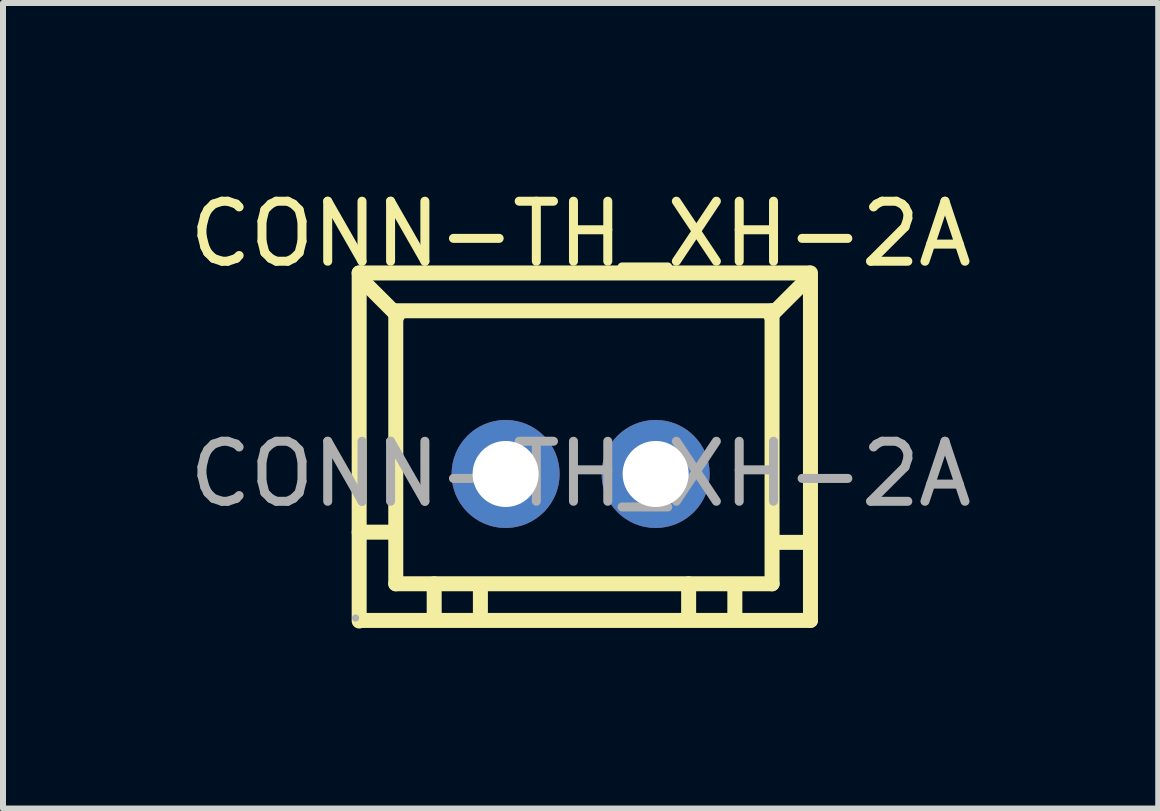
<source format=kicad_pcb>
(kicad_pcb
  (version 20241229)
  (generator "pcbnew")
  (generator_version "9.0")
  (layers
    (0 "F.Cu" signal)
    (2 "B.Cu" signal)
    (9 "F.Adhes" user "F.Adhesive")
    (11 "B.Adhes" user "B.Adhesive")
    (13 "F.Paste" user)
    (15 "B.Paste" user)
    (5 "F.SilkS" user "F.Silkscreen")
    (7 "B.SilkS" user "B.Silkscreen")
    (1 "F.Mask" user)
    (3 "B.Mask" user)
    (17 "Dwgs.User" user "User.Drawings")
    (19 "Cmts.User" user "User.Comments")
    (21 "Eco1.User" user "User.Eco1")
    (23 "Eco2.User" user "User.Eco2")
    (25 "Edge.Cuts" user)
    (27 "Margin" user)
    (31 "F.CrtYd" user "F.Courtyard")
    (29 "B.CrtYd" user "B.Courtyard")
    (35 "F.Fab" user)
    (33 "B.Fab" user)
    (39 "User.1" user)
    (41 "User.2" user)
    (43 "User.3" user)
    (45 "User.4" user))
  (footprint "CONN-TH_XH-2A"
    (layer "F.Cu")
    (at 6.625 4.848)
    (property "Reference" "CONN-TH_XH-2A" (at 0 -4 0) (layer "F.SilkS") (effects (font (size 1 1) (thickness 0.15))))
    (attr through_hole)
    (fp_line (start -3.69 -3.35) (end -3.69 2.45) (stroke (width 0.25) (type solid)) (layer "F.SilkS"))
    (fp_line (start -3.69 -3.35) (end 3.81 -3.35) (stroke (width 0.25) (type solid)) (layer "F.SilkS"))
    (fp_line (start -3.69 0.97) (end -3.1 0.97) (stroke (width 0.25) (type solid)) (layer "F.SilkS"))
    (fp_line (start -3.67 2.44) (end 3.83 2.44) (stroke (width 0.25) (type solid)) (layer "F.SilkS"))
    (fp_line (start -3.66 -3.33) (end -3.66 -3.25) (stroke (width 0.25) (type solid)) (layer "F.SilkS"))
    (fp_line (start -3.66 -3.25) (end -3.05 -2.64) (stroke (width 0.25) (type solid)) (layer "F.SilkS"))
    (fp_line (start -3.08 -2.72) (end 3.19 -2.72) (stroke (width 0.25) (type solid)) (layer "F.SilkS"))
    (fp_line (start -3.08 -2.69) (end -3.05 -2.69) (stroke (width 0.25) (type solid)) (layer "F.SilkS"))
    (fp_line (start -3.08 1.83) (end -3.08 -2.69) (stroke (width 0.25) (type solid)) (layer "F.SilkS"))
    (fp_line (start -2.44 2.41) (end -2.44 1.83) (stroke (width 0.25) (type solid)) (layer "F.SilkS"))
    (fp_line (start -1.67 2.43) (end -1.67 1.84) (stroke (width 0.25) (type solid)) (layer "F.SilkS"))
    (fp_line (start 1.8 2.41) (end 1.8 1.83) (stroke (width 0.25) (type solid)) (layer "F.SilkS"))
    (fp_line (start 2.57 2.43) (end 2.57 1.84) (stroke (width 0.25) (type solid)) (layer "F.SilkS"))
    (fp_line (start 3.19 -2.72) (end 3.19 1.83) (stroke (width 0.25) (type solid)) (layer "F.SilkS"))
    (fp_line (start 3.19 1.83) (end -3.08 1.83) (stroke (width 0.25) (type solid)) (layer "F.SilkS"))
    (fp_line (start 3.22 1.14) (end 3.8 1.14) (stroke (width 0.25) (type solid)) (layer "F.SilkS"))
    (fp_line (start 3.78 -3.33) (end 3.78 -3.25) (stroke (width 0.25) (type solid)) (layer "F.SilkS"))
    (fp_line (start 3.78 -3.25) (end 3.17 -2.64) (stroke (width 0.25) (type solid)) (layer "F.SilkS"))
    (fp_line (start 3.83 -3.35) (end 3.83 2.44) (stroke (width 0.25) (type solid)) (layer "F.SilkS"))
    (fp_circle (center -3.75 2.4) (end -3.72 2.4) (stroke (width 0.06) (type solid)) (fill no) (layer "F.Fab"))
    (fp_text user "${REFERENCE}" (at 0 0 0) (layer "F.Fab") (effects (font (size 1 1) (thickness 0.15))))
    (pad "1" thru_hole circle (at -1.25 0) (size 1.8 1.8) (drill 1.1) (layers "*.Cu" "*.Mask"))
    (pad "2" thru_hole circle (at 1.25 0) (size 1.8 1.8) (drill 1.1) (layers "*.Cu" "*.Mask")))
  (gr_rect
    (start -3 -3)
    (end 16.25 10.423)
    (stroke (width 0.1) (type default))
    (fill no)
    (layer "Edge.Cuts")))
</source>
